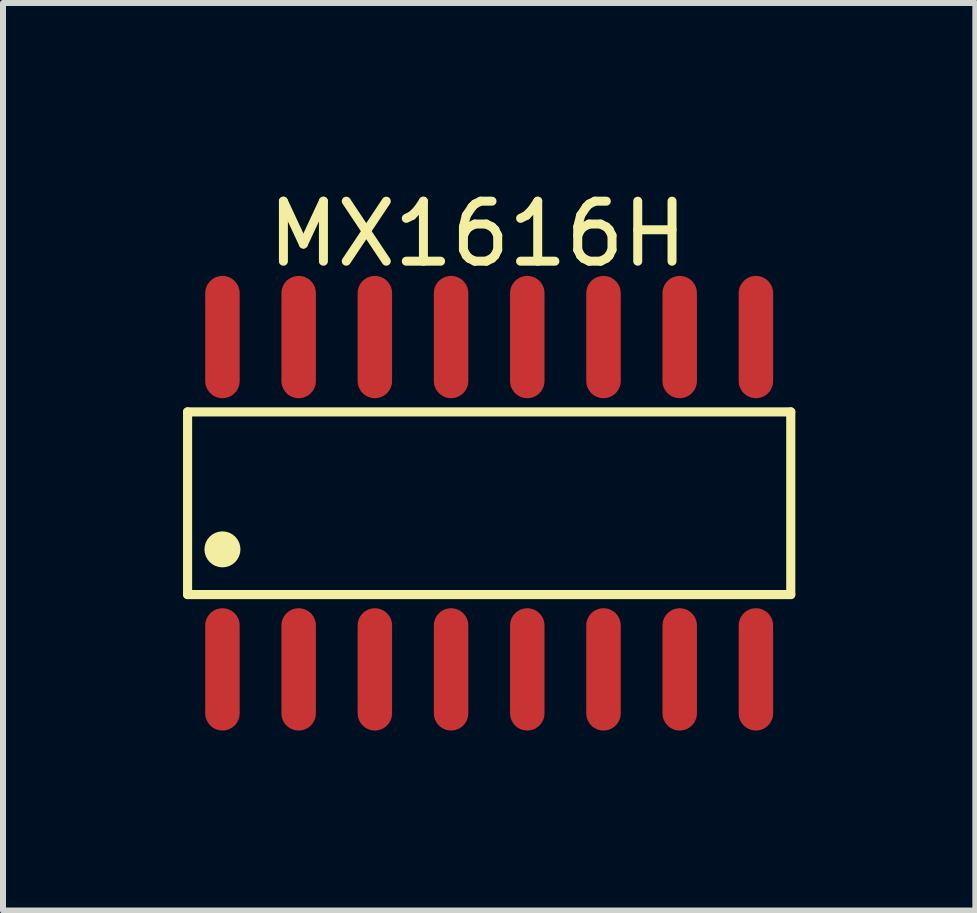
<source format=kicad_pcb>
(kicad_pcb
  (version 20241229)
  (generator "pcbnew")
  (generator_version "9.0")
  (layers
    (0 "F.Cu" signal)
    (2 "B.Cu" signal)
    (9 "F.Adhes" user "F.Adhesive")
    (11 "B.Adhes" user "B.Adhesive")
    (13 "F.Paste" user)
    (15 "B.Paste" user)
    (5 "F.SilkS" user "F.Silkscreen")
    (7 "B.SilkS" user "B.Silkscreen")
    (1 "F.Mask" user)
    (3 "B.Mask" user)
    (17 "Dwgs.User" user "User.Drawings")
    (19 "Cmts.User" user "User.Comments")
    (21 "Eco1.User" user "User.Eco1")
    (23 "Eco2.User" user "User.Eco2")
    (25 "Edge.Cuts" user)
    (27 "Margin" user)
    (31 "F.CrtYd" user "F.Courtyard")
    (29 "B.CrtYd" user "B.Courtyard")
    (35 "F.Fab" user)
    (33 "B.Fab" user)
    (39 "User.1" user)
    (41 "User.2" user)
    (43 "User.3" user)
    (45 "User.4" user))
  (footprint "MX1616H"
    (layer "F.Cu")
    (at 5.102 5.336)
    (property "Reference" "MX1616H" (at -0.191 -4.488 0) (layer "F.SilkS") (effects (font (size 1 1) (thickness 0.15))))
    (fp_line (start -5.026 -1.522) (end 5.026 -1.522) (stroke (width 0.152) (type default)) (layer "F.SilkS"))
    (fp_line (start -5.026 1.522) (end -5.026 -1.522) (stroke (width 0.152) (type default)) (layer "F.SilkS"))
    (fp_line (start 5.026 -1.522) (end 5.026 1.522) (stroke (width 0.152) (type default)) (layer "F.SilkS"))
    (fp_line (start 5.026 1.522) (end -5.026 1.522) (stroke (width 0.152) (type default)) (layer "F.SilkS"))
    (fp_circle (center -4.445 0.769) (end -4.295 0.769) (stroke (width 0.3) (type default)) (fill no) (layer "F.SilkS"))
    (fp_poly (pts (xy -4.66 -2.35) (xy -4.66 -3) (xy -4.23 -3) (xy -4.23 -2.35)) (stroke (width 0.1) (type default)) (fill no) (layer "User.1"))
    (fp_poly (pts (xy -4.66 -1.94) (xy -4.66 -2.36) (xy -4.23 -2.36) (xy -4.23 -1.94)) (stroke (width 0.1) (type default)) (fill no) (layer "User.1"))
    (fp_poly (pts (xy -4.66 2.36) (xy -4.66 1.94) (xy -4.23 1.94) (xy -4.23 2.36)) (stroke (width 0.1) (type default)) (fill no) (layer "User.1"))
    (fp_poly (pts (xy -4.66 3) (xy -4.66 2.35) (xy -4.23 2.35) (xy -4.23 3)) (stroke (width 0.1) (type default)) (fill no) (layer "User.1"))
    (fp_poly (pts (xy -3.39 -2.35) (xy -3.39 -3) (xy -2.96 -3) (xy -2.96 -2.35)) (stroke (width 0.1) (type default)) (fill no) (layer "User.1"))
    (fp_poly (pts (xy -3.39 -1.94) (xy -3.39 -2.36) (xy -2.96 -2.36) (xy -2.96 -1.94)) (stroke (width 0.1) (type default)) (fill no) (layer "User.1"))
    (fp_poly (pts (xy -3.39 2.36) (xy -3.39 1.94) (xy -2.96 1.94) (xy -2.96 2.36)) (stroke (width 0.1) (type default)) (fill no) (layer "User.1"))
    (fp_poly (pts (xy -3.39 3) (xy -3.39 2.35) (xy -2.96 2.35) (xy -2.96 3)) (stroke (width 0.1) (type default)) (fill no) (layer "User.1"))
    (fp_poly (pts (xy -2.12 -2.35) (xy -2.12 -3) (xy -1.69 -3) (xy -1.69 -2.35)) (stroke (width 0.1) (type default)) (fill no) (layer "User.1"))
    (fp_poly (pts (xy -2.12 -1.94) (xy -2.12 -2.36) (xy -1.69 -2.36) (xy -1.69 -1.94)) (stroke (width 0.1) (type default)) (fill no) (layer "User.1"))
    (fp_poly (pts (xy -2.12 2.36) (xy -2.12 1.94) (xy -1.69 1.94) (xy -1.69 2.36)) (stroke (width 0.1) (type default)) (fill no) (layer "User.1"))
    (fp_poly (pts (xy -2.12 3) (xy -2.12 2.35) (xy -1.69 2.35) (xy -1.69 3)) (stroke (width 0.1) (type default)) (fill no) (layer "User.1"))
    (fp_poly (pts (xy -0.85 -2.35) (xy -0.85 -3) (xy -0.42 -3) (xy -0.42 -2.35)) (stroke (width 0.1) (type default)) (fill no) (layer "User.1"))
    (fp_poly (pts (xy -0.85 -1.94) (xy -0.85 -2.36) (xy -0.42 -2.36) (xy -0.42 -1.94)) (stroke (width 0.1) (type default)) (fill no) (layer "User.1"))
    (fp_poly (pts (xy -0.85 2.36) (xy -0.85 1.94) (xy -0.42 1.94) (xy -0.42 2.36)) (stroke (width 0.1) (type default)) (fill no) (layer "User.1"))
    (fp_poly (pts (xy -0.85 3) (xy -0.85 2.35) (xy -0.42 2.35) (xy -0.42 3)) (stroke (width 0.1) (type default)) (fill no) (layer "User.1"))
    (fp_poly (pts (xy 0.42 -2.35) (xy 0.42 -3) (xy 0.85 -3) (xy 0.85 -2.35)) (stroke (width 0.1) (type default)) (fill no) (layer "User.1"))
    (fp_poly (pts (xy 0.42 -1.94) (xy 0.42 -2.36) (xy 0.85 -2.36) (xy 0.85 -1.94)) (stroke (width 0.1) (type default)) (fill no) (layer "User.1"))
    (fp_poly (pts (xy 0.42 2.36) (xy 0.42 1.94) (xy 0.85 1.94) (xy 0.85 2.36)) (stroke (width 0.1) (type default)) (fill no) (layer "User.1"))
    (fp_poly (pts (xy 0.42 3) (xy 0.42 2.35) (xy 0.85 2.35) (xy 0.85 3)) (stroke (width 0.1) (type default)) (fill no) (layer "User.1"))
    (fp_poly (pts (xy 1.69 -2.35) (xy 1.69 -3) (xy 2.12 -3) (xy 2.12 -2.35)) (stroke (width 0.1) (type default)) (fill no) (layer "User.1"))
    (fp_poly (pts (xy 1.69 -1.94) (xy 1.69 -2.36) (xy 2.12 -2.36) (xy 2.12 -1.94)) (stroke (width 0.1) (type default)) (fill no) (layer "User.1"))
    (fp_poly (pts (xy 1.69 2.36) (xy 1.69 1.94) (xy 2.12 1.94) (xy 2.12 2.36)) (stroke (width 0.1) (type default)) (fill no) (layer "User.1"))
    (fp_poly (pts (xy 1.69 3) (xy 1.69 2.35) (xy 2.12 2.35) (xy 2.12 3)) (stroke (width 0.1) (type default)) (fill no) (layer "User.1"))
    (fp_poly (pts (xy 2.96 -2.35) (xy 2.96 -3) (xy 3.39 -3) (xy 3.39 -2.35)) (stroke (width 0.1) (type default)) (fill no) (layer "User.1"))
    (fp_poly (pts (xy 2.96 -1.94) (xy 2.96 -2.36) (xy 3.39 -2.36) (xy 3.39 -1.94)) (stroke (width 0.1) (type default)) (fill no) (layer "User.1"))
    (fp_poly (pts (xy 2.96 2.36) (xy 2.96 1.94) (xy 3.39 1.94) (xy 3.39 2.36)) (stroke (width 0.1) (type default)) (fill no) (layer "User.1"))
    (fp_poly (pts (xy 2.96 3) (xy 2.96 2.35) (xy 3.39 2.35) (xy 3.39 3)) (stroke (width 0.1) (type default)) (fill no) (layer "User.1"))
    (fp_poly (pts (xy 4.23 -2.35) (xy 4.23 -3) (xy 4.66 -3) (xy 4.66 -2.35)) (stroke (width 0.1) (type default)) (fill no) (layer "User.1"))
    (fp_poly (pts (xy 4.23 -1.94) (xy 4.23 -2.36) (xy 4.66 -2.36) (xy 4.66 -1.94)) (stroke (width 0.1) (type default)) (fill no) (layer "User.1"))
    (fp_poly (pts (xy 4.23 2.36) (xy 4.23 1.94) (xy 4.66 1.94) (xy 4.66 2.36)) (stroke (width 0.1) (type default)) (fill no) (layer "User.1"))
    (fp_poly (pts (xy 4.23 3) (xy 4.23 2.35) (xy 4.66 2.35) (xy 4.66 3)) (stroke (width 0.1) (type default)) (fill no) (layer "User.1"))
    (fp_line (start -4.95 -1.95) (end 4.95 -1.95) (stroke (width 0.051) (type default)) (layer "User.2"))
    (fp_line (start -4.95 1.95) (end -4.95 -1.95) (stroke (width 0.051) (type default)) (layer "User.2"))
    (fp_line (start 4.95 -1.95) (end 4.95 1.95) (stroke (width 0.051) (type default)) (layer "User.2"))
    (fp_line (start 4.95 1.95) (end -4.95 1.95) (stroke (width 0.051) (type default)) (layer "User.2"))
    (pad "1" smd oval (at -4.445 2.769) (size 0.574 2.038) (layers "F.Cu" "F.Mask" "F.Paste"))
    (pad "2" smd oval (at -3.175 2.769) (size 0.574 2.038) (layers "F.Cu" "F.Mask" "F.Paste"))
    (pad "3" smd oval (at -1.905 2.769) (size 0.574 2.038) (layers "F.Cu" "F.Mask" "F.Paste"))
    (pad "4" smd oval (at -0.635 2.769) (size 0.574 2.038) (layers "F.Cu" "F.Mask" "F.Paste"))
    (pad "5" smd oval (at 0.635 2.769) (size 0.574 2.038) (layers "F.Cu" "F.Mask" "F.Paste"))
    (pad "6" smd oval (at 1.905 2.769) (size 0.574 2.038) (layers "F.Cu" "F.Mask" "F.Paste"))
    (pad "7" smd oval (at 3.175 2.769) (size 0.574 2.038) (layers "F.Cu" "F.Mask" "F.Paste"))
    (pad "8" smd oval (at 4.445 2.769) (size 0.574 2.038) (layers "F.Cu" "F.Mask" "F.Paste"))
    (pad "9" smd oval (at 4.445 -2.769) (size 0.574 2.038) (layers "F.Cu" "F.Mask" "F.Paste"))
    (pad "10" smd oval (at 3.175 -2.769) (size 0.574 2.038) (layers "F.Cu" "F.Mask" "F.Paste"))
    (pad "11" smd oval (at 1.905 -2.769) (size 0.574 2.038) (layers "F.Cu" "F.Mask" "F.Paste"))
    (pad "12" smd oval (at 0.635 -2.769) (size 0.574 2.038) (layers "F.Cu" "F.Mask" "F.Paste"))
    (pad "13" smd oval (at -0.635 -2.769) (size 0.574 2.038) (layers "F.Cu" "F.Mask" "F.Paste"))
    (pad "14" smd oval (at -1.905 -2.769) (size 0.574 2.038) (layers "F.Cu" "F.Mask" "F.Paste"))
    (pad "15" smd oval (at -3.175 -2.769) (size 0.574 2.038) (layers "F.Cu" "F.Mask" "F.Paste"))
    (pad "16" smd oval (at -4.445 -2.769) (size 0.574 2.038) (layers "F.Cu" "F.Mask" "F.Paste")))
  (gr_rect
    (start -3 -3)
    (end 13.204 12.124)
    (stroke (width 0.1) (type default))
    (fill no)
    (layer "Edge.Cuts")))
</source>
